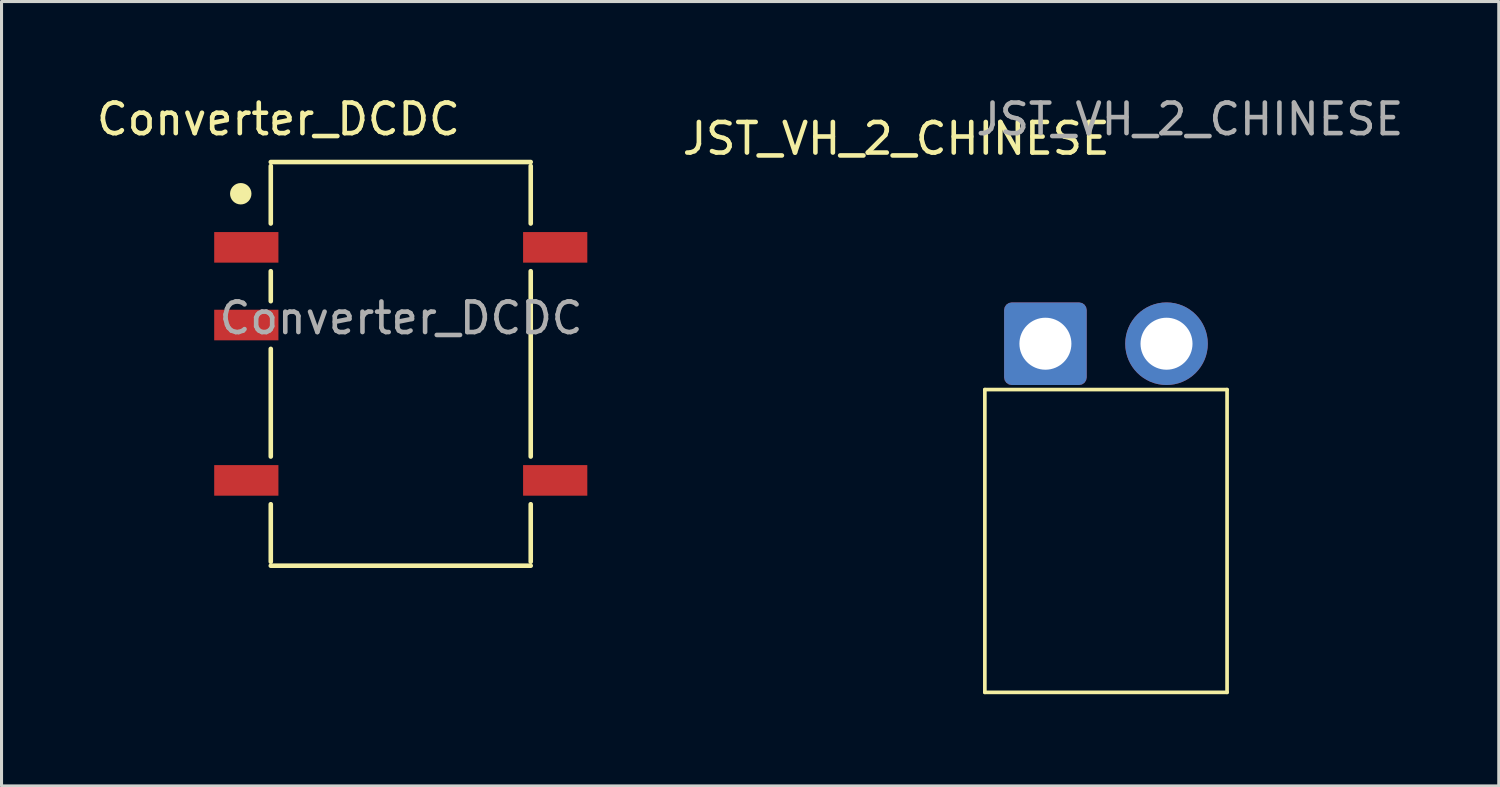
<source format=kicad_pcb>
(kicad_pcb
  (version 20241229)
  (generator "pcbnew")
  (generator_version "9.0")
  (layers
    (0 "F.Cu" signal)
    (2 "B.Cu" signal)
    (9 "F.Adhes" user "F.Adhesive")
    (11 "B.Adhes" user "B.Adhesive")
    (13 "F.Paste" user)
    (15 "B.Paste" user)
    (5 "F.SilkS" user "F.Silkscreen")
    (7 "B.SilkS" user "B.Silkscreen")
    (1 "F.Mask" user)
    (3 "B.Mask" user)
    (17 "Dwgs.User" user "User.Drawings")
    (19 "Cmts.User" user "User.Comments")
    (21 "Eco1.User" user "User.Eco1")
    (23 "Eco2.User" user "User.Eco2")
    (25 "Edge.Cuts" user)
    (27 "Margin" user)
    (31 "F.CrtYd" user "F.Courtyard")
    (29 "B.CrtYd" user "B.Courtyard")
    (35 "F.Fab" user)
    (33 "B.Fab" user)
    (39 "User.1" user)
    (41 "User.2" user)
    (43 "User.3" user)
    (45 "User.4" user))
  (footprint "JST_VH_2_CHINESE"
    (layer "F.Cu")
    (at 33.113 8.189)
    (property "Reference" "JST_VH_2_CHINESE" (at -6.858 -6.706 0) (layer "F.SilkS") (effects (font (size 1 1) (thickness 0.15))))
    (attr through_hole)
    (fp_line (start -3.96 1.5) (end 3.96 1.5) (stroke (width 0.12) (type solid)) (layer "F.SilkS"))
    (fp_line (start -3.96 11.4) (end -3.96 1.5) (stroke (width 0.12) (type solid)) (layer "F.SilkS"))
    (fp_line (start -3.96 11.4) (end 3.96 11.4) (stroke (width 0.12) (type solid)) (layer "F.SilkS"))
    (fp_line (start 3.96 11.4) (end 3.96 1.5) (stroke (width 0.12) (type solid)) (layer "F.SilkS"))
    (fp_line (start -2.68 0) (end -1.28 0) (stroke (width 0.1) (type solid)) (layer "F.Fab"))
    (fp_line (start 1.28 0) (end 2.68 0) (stroke (width 0.1) (type solid)) (layer "F.Fab"))
    (fp_text user "${REFERENCE}" (at 2.743 -7.341 0) (layer "F.Fab") (effects (font (size 1 1) (thickness 0.15))))
    (pad "1" thru_hole roundrect (at -1.98 0) (size 2.7 2.7) (drill 1.7) (layers "*.Cu" "*.Mask") (roundrect_rratio 0.093))
    (pad "2" thru_hole circle (at 1.98 0) (size 2.7 2.7) (drill 1.7) (layers "*.Cu" "*.Mask")))
  (footprint "Converter_DCDC"
    (layer "F.Cu")
    (at 10.054 8.848)
    (property "Reference" "Converter_DCDC" (at -4 -8 0) (layer "F.SilkS") (effects (font (size 1 1) (thickness 0.15))))
    (attr smd)
    (fp_line (start -4.25 -6.6) (end 4.25 -6.6) (stroke (width 0.15) (type solid)) (layer "F.SilkS"))
    (fp_line (start -4.25 -4.59) (end -4.25 -6.47) (stroke (width 0.15) (type solid)) (layer "F.SilkS"))
    (fp_line (start -4.25 -2.05) (end -4.25 -3.03) (stroke (width 0.15) (type solid)) (layer "F.SilkS"))
    (fp_line (start -4.25 3.03) (end -4.25 -0.49) (stroke (width 0.15) (type solid)) (layer "F.SilkS"))
    (fp_line (start -4.25 6.47) (end -4.25 4.59) (stroke (width 0.15) (type solid)) (layer "F.SilkS"))
    (fp_line (start 4.25 -6.47) (end 4.25 -4.59) (stroke (width 0.15) (type solid)) (layer "F.SilkS"))
    (fp_line (start 4.25 -3.03) (end 4.25 3.03) (stroke (width 0.15) (type solid)) (layer "F.SilkS"))
    (fp_line (start 4.25 4.59) (end 4.25 6.47) (stroke (width 0.15) (type solid)) (layer "F.SilkS"))
    (fp_line (start 4.25 6.6) (end -4.25 6.6) (stroke (width 0.15) (type solid)) (layer "F.SilkS"))
    (fp_circle (center -5.232 -5.563) (end -4.932 -5.563) (stroke (width 0.1) (type solid)) (fill yes) (layer "F.SilkS"))
    (fp_text user "${REFERENCE}" (at 0.01 -1.496 0) (layer "F.Fab") (effects (font (size 1 1) (thickness 0.15))))
    (pad "1" smd rect (at -5.05 -3.81) (size 2.1 1) (layers "F.Cu" "F.Mask" "F.Paste"))
    (pad "2" smd rect (at -5.05 -1.27) (size 2.1 1) (layers "F.Cu" "F.Mask" "F.Paste"))
    (pad "4" smd rect (at -5.05 3.81) (size 2.1 1) (layers "F.Cu" "F.Mask" "F.Paste"))
    (pad "5" smd rect (at 5.05 3.81) (size 2.1 1) (layers "F.Cu" "F.Mask" "F.Paste"))
    (pad "8" smd rect (at 5.05 -3.81) (size 2.1 1) (layers "F.Cu" "F.Mask" "F.Paste")))
  (gr_rect
    (start -3 -3)
    (end 45.957 22.649)
    (stroke (width 0.1) (type default))
    (fill no)
    (layer "Edge.Cuts")))
</source>
